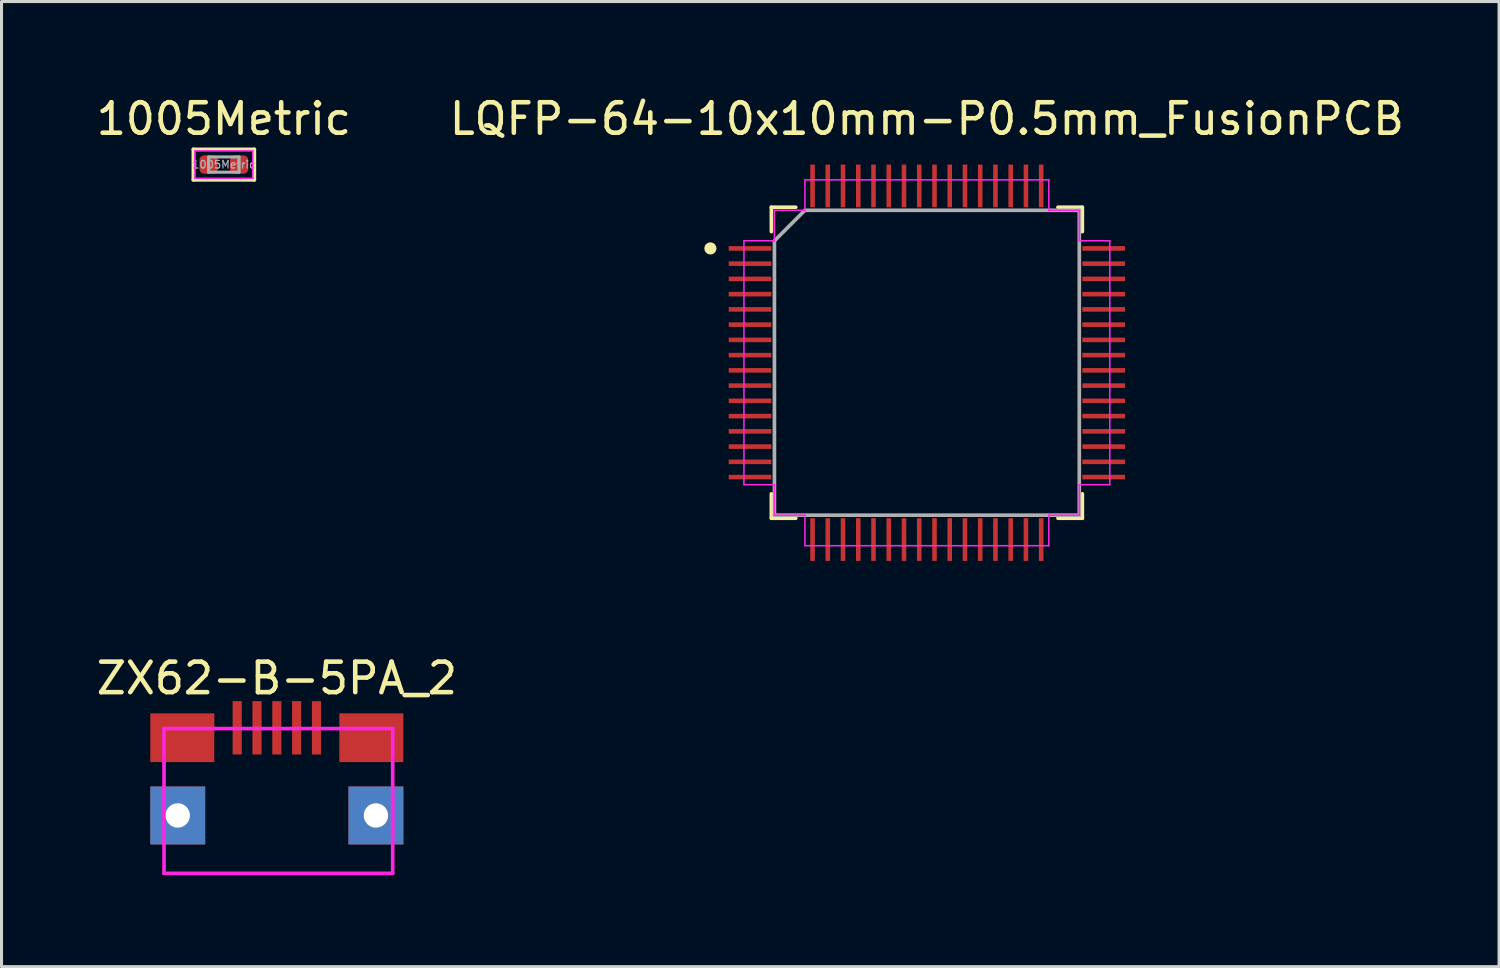
<source format=kicad_pcb>
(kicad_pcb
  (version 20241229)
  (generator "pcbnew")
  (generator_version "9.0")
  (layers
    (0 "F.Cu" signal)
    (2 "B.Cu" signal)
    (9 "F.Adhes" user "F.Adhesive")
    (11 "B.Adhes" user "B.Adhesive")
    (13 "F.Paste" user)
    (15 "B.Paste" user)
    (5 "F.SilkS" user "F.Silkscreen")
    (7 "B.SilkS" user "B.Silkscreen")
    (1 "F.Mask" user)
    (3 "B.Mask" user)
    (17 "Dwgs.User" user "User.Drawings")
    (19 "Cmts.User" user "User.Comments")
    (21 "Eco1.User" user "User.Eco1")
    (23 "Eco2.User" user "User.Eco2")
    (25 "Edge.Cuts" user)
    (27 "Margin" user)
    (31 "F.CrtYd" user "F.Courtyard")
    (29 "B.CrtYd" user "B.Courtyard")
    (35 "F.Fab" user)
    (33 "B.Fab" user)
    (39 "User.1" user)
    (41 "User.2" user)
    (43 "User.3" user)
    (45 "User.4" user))
  (footprint "ZX62-B-5PA_2"
    (layer "F.Cu")
    (at 6.03 23.697)
    (property "Reference" "ZX62-B-5PA_2" (at 0 -4.5 0) (layer "F.SilkS") (effects (font (size 1 1) (thickness 0.15))))
    (attr through_hole)
    (fp_line (start -3.7 -2.85) (end 3.8 -2.85) (stroke (width 0.12) (type solid)) (layer "F.CrtYd"))
    (fp_line (start -3.7 1.9) (end -3.7 -2.85) (stroke (width 0.12) (type solid)) (layer "F.CrtYd"))
    (fp_line (start 3.8 -2.85) (end 3.8 1.9) (stroke (width 0.12) (type solid)) (layer "F.CrtYd"))
    (fp_line (start 3.8 1.9) (end -3.7 1.9) (stroke (width 0.12) (type solid)) (layer "F.CrtYd"))
    (pad "1" smd rect (at -1.3 -2.875) (size 0.3 1.75) (layers "F.Cu" "F.Mask" "F.Paste"))
    (pad "2" smd rect (at -0.65 -2.875) (size 0.3 1.75) (layers "F.Cu" "F.Mask" "F.Paste"))
    (pad "3" smd rect (at 0 -2.875) (size 0.3 1.75) (layers "F.Cu" "F.Mask" "F.Paste"))
    (pad "4" smd rect (at 0.65 -2.875) (size 0.3 1.75) (layers "F.Cu" "F.Mask" "F.Paste"))
    (pad "5" smd rect (at 1.3 -2.875) (size 0.3 1.75) (layers "F.Cu" "F.Mask" "F.Paste"))
    (pad "6" thru_hole rect (at -3.25 0) (size 1.8 1.9) (drill 0.8) (layers "*.Cu" "*.Mask"))
    (pad "6" smd rect (at -3.1 -2.55) (size 2.1 1.6) (layers "F.Cu" "F.Mask" "F.Paste"))
    (pad "6" smd rect (at 3.1 -2.55) (size 2.1 1.6) (layers "F.Cu" "F.Mask" "F.Paste"))
    (pad "6" thru_hole rect (at 3.25 0) (size 1.8 1.9) (drill 0.8) (layers "*.Cu" "*.Mask")))
  (footprint "LQFP-64-10x10mm-P0.5mm_FusionPCB"
    (layer "F.Cu")
    (at 27.351 8.848)
    (property "Reference" "LQFP-64-10x10mm-P0.5mm_FusionPCB" (at 0 -8 0) (layer "F.SilkS") (effects (font (size 1 1) (thickness 0.15))))
    (attr through_hole)
    (fp_line (start -5.1 -5.1) (end -5.1 -4.3) (stroke (width 0.12) (type solid)) (layer "F.SilkS"))
    (fp_line (start -5.1 4.3) (end -5.1 5.1) (stroke (width 0.12) (type solid)) (layer "F.SilkS"))
    (fp_line (start -5.1 5.1) (end -4.3 5.1) (stroke (width 0.12) (type solid)) (layer "F.SilkS"))
    (fp_line (start -4.3 -5.1) (end -5.1 -5.1) (stroke (width 0.12) (type solid)) (layer "F.SilkS"))
    (fp_line (start 4.3 5.1) (end 5.1 5.1) (stroke (width 0.12) (type solid)) (layer "F.SilkS"))
    (fp_line (start 5.1 -5.1) (end 4.3 -5.1) (stroke (width 0.12) (type solid)) (layer "F.SilkS"))
    (fp_line (start 5.1 -4.3) (end 5.1 -5.1) (stroke (width 0.12) (type solid)) (layer "F.SilkS"))
    (fp_line (start 5.1 5.1) (end 5.1 4.3) (stroke (width 0.12) (type solid)) (layer "F.SilkS"))
    (fp_circle (center -7.1 -3.75) (end -7 -3.75) (stroke (width 0.2) (type solid)) (fill no) (layer "F.SilkS"))
    (fp_line (start -6 -4) (end -6 4) (stroke (width 0.05) (type solid)) (layer "F.CrtYd"))
    (fp_line (start -6 4) (end -5 4) (stroke (width 0.05) (type solid)) (layer "F.CrtYd"))
    (fp_line (start -5 -5) (end -5 -4) (stroke (width 0.05) (type solid)) (layer "F.CrtYd"))
    (fp_line (start -5 -4) (end -6 -4) (stroke (width 0.05) (type solid)) (layer "F.CrtYd"))
    (fp_line (start -5 4) (end -5 5) (stroke (width 0.05) (type solid)) (layer "F.CrtYd"))
    (fp_line (start -5 5) (end -4 5) (stroke (width 0.05) (type solid)) (layer "F.CrtYd"))
    (fp_line (start -4 -6) (end -4 -5) (stroke (width 0.05) (type solid)) (layer "F.CrtYd"))
    (fp_line (start -4 -5) (end -5 -5) (stroke (width 0.05) (type solid)) (layer "F.CrtYd"))
    (fp_line (start -4 5) (end -4 6) (stroke (width 0.05) (type solid)) (layer "F.CrtYd"))
    (fp_line (start -4 6) (end 4 6) (stroke (width 0.05) (type solid)) (layer "F.CrtYd"))
    (fp_line (start 4 -6) (end -4 -6) (stroke (width 0.05) (type solid)) (layer "F.CrtYd"))
    (fp_line (start 4 -5) (end 4 -6) (stroke (width 0.05) (type solid)) (layer "F.CrtYd"))
    (fp_line (start 4 5) (end 5 5) (stroke (width 0.05) (type solid)) (layer "F.CrtYd"))
    (fp_line (start 4 6) (end 4 5) (stroke (width 0.05) (type solid)) (layer "F.CrtYd"))
    (fp_line (start 5 -5) (end 4 -5) (stroke (width 0.05) (type solid)) (layer "F.CrtYd"))
    (fp_line (start 5 -4) (end 5 -5) (stroke (width 0.05) (type solid)) (layer "F.CrtYd"))
    (fp_line (start 5 4) (end 6 4) (stroke (width 0.05) (type solid)) (layer "F.CrtYd"))
    (fp_line (start 5 5) (end 5 4) (stroke (width 0.05) (type solid)) (layer "F.CrtYd"))
    (fp_line (start 6 -4) (end 5 -4) (stroke (width 0.05) (type solid)) (layer "F.CrtYd"))
    (fp_line (start 6 4) (end 6 -4) (stroke (width 0.05) (type solid)) (layer "F.CrtYd"))
    (fp_line (start -5 -4) (end -5 5) (stroke (width 0.12) (type solid)) (layer "F.Fab"))
    (fp_line (start -5 5) (end 5 5) (stroke (width 0.12) (type solid)) (layer "F.Fab"))
    (fp_line (start -4 -5) (end -5 -4) (stroke (width 0.12) (type solid)) (layer "F.Fab"))
    (fp_line (start 5 -5) (end -4 -5) (stroke (width 0.12) (type solid)) (layer "F.Fab"))
    (fp_line (start 5 5) (end 5 -5) (stroke (width 0.12) (type solid)) (layer "F.Fab"))
    (pad "1" smd rect (at -5.8 -3.75) (size 1.4 0.15) (layers "F.Cu" "F.Mask" "F.Paste"))
    (pad "2" smd rect (at -5.8 -3.25) (size 1.4 0.15) (layers "F.Cu" "F.Mask" "F.Paste"))
    (pad "3" smd rect (at -5.8 -2.75) (size 1.4 0.15) (layers "F.Cu" "F.Mask" "F.Paste"))
    (pad "4" smd rect (at -5.8 -2.25) (size 1.4 0.15) (layers "F.Cu" "F.Mask" "F.Paste"))
    (pad "5" smd rect (at -5.8 -1.75) (size 1.4 0.15) (layers "F.Cu" "F.Mask" "F.Paste"))
    (pad "6" smd rect (at -5.8 -1.25) (size 1.4 0.15) (layers "F.Cu" "F.Mask" "F.Paste"))
    (pad "7" smd rect (at -5.8 -0.75) (size 1.4 0.15) (layers "F.Cu" "F.Mask" "F.Paste"))
    (pad "8" smd rect (at -5.8 -0.25) (size 1.4 0.15) (layers "F.Cu" "F.Mask" "F.Paste"))
    (pad "9" smd rect (at -5.8 0.25) (size 1.4 0.15) (layers "F.Cu" "F.Mask" "F.Paste"))
    (pad "10" smd rect (at -5.8 0.75) (size 1.4 0.15) (layers "F.Cu" "F.Mask" "F.Paste"))
    (pad "11" smd rect (at -5.8 1.25) (size 1.4 0.15) (layers "F.Cu" "F.Mask" "F.Paste"))
    (pad "12" smd rect (at -5.8 1.75) (size 1.4 0.15) (layers "F.Cu" "F.Mask" "F.Paste"))
    (pad "13" smd rect (at -5.8 2.25) (size 1.4 0.15) (layers "F.Cu" "F.Mask" "F.Paste"))
    (pad "14" smd rect (at -5.8 2.75) (size 1.4 0.15) (layers "F.Cu" "F.Mask" "F.Paste"))
    (pad "15" smd rect (at -5.8 3.25) (size 1.4 0.15) (layers "F.Cu" "F.Mask" "F.Paste"))
    (pad "16" smd rect (at -5.8 3.75) (size 1.4 0.15) (layers "F.Cu" "F.Mask" "F.Paste"))
    (pad "17" smd rect (at -3.75 5.8) (size 0.15 1.4) (layers "F.Cu" "F.Mask" "F.Paste"))
    (pad "18" smd rect (at -3.25 5.8) (size 0.15 1.4) (layers "F.Cu" "F.Mask" "F.Paste"))
    (pad "19" smd rect (at -2.75 5.8) (size 0.15 1.4) (layers "F.Cu" "F.Mask" "F.Paste"))
    (pad "20" smd rect (at -2.25 5.8) (size 0.15 1.4) (layers "F.Cu" "F.Mask" "F.Paste"))
    (pad "21" smd rect (at -1.75 5.8) (size 0.15 1.4) (layers "F.Cu" "F.Mask" "F.Paste"))
    (pad "22" smd rect (at -1.25 5.8) (size 0.15 1.4) (layers "F.Cu" "F.Mask" "F.Paste"))
    (pad "23" smd rect (at -0.75 5.8) (size 0.15 1.4) (layers "F.Cu" "F.Mask" "F.Paste"))
    (pad "24" smd rect (at -0.25 5.8) (size 0.15 1.4) (layers "F.Cu" "F.Mask" "F.Paste"))
    (pad "25" smd rect (at 0.25 5.8) (size 0.15 1.4) (layers "F.Cu" "F.Mask" "F.Paste"))
    (pad "26" smd rect (at 0.75 5.8) (size 0.15 1.4) (layers "F.Cu" "F.Mask" "F.Paste"))
    (pad "27" smd rect (at 1.25 5.8) (size 0.15 1.4) (layers "F.Cu" "F.Mask" "F.Paste"))
    (pad "28" smd rect (at 1.75 5.8) (size 0.15 1.4) (layers "F.Cu" "F.Mask" "F.Paste"))
    (pad "29" smd rect (at 2.25 5.8) (size 0.15 1.4) (layers "F.Cu" "F.Mask" "F.Paste"))
    (pad "30" smd rect (at 2.75 5.8) (size 0.15 1.4) (layers "F.Cu" "F.Mask" "F.Paste"))
    (pad "31" smd rect (at 3.25 5.8) (size 0.15 1.4) (layers "F.Cu" "F.Mask" "F.Paste"))
    (pad "32" smd rect (at 3.75 5.8) (size 0.15 1.4) (layers "F.Cu" "F.Mask" "F.Paste"))
    (pad "33" smd rect (at 5.8 3.75) (size 1.4 0.15) (layers "F.Cu" "F.Mask" "F.Paste"))
    (pad "34" smd rect (at 5.8 3.25) (size 1.4 0.15) (layers "F.Cu" "F.Mask" "F.Paste"))
    (pad "35" smd rect (at 5.8 2.75) (size 1.4 0.15) (layers "F.Cu" "F.Mask" "F.Paste"))
    (pad "36" smd rect (at 5.8 2.25) (size 1.4 0.15) (layers "F.Cu" "F.Mask" "F.Paste"))
    (pad "37" smd rect (at 5.8 1.75) (size 1.4 0.15) (layers "F.Cu" "F.Mask" "F.Paste"))
    (pad "38" smd rect (at 5.8 1.25) (size 1.4 0.15) (layers "F.Cu" "F.Mask" "F.Paste"))
    (pad "39" smd rect (at 5.8 0.75) (size 1.4 0.15) (layers "F.Cu" "F.Mask" "F.Paste"))
    (pad "40" smd rect (at 5.8 0.25) (size 1.4 0.15) (layers "F.Cu" "F.Mask" "F.Paste"))
    (pad "41" smd rect (at 5.8 -0.25) (size 1.4 0.15) (layers "F.Cu" "F.Mask" "F.Paste"))
    (pad "42" smd rect (at 5.8 -0.75) (size 1.4 0.15) (layers "F.Cu" "F.Mask" "F.Paste"))
    (pad "43" smd rect (at 5.8 -1.25) (size 1.4 0.15) (layers "F.Cu" "F.Mask" "F.Paste"))
    (pad "44" smd rect (at 5.8 -1.75) (size 1.4 0.15) (layers "F.Cu" "F.Mask" "F.Paste"))
    (pad "45" smd rect (at 5.8 -2.25) (size 1.4 0.15) (layers "F.Cu" "F.Mask" "F.Paste"))
    (pad "46" smd rect (at 5.8 -2.75) (size 1.4 0.15) (layers "F.Cu" "F.Mask" "F.Paste"))
    (pad "47" smd rect (at 5.8 -3.25) (size 1.4 0.15) (layers "F.Cu" "F.Mask" "F.Paste"))
    (pad "48" smd rect (at 5.8 -3.75) (size 1.4 0.15) (layers "F.Cu" "F.Mask" "F.Paste"))
    (pad "49" smd rect (at 3.75 -5.8) (size 0.15 1.4) (layers "F.Cu" "F.Mask" "F.Paste"))
    (pad "50" smd rect (at 3.25 -5.8) (size 0.15 1.4) (layers "F.Cu" "F.Mask" "F.Paste"))
    (pad "51" smd rect (at 2.75 -5.8) (size 0.15 1.4) (layers "F.Cu" "F.Mask" "F.Paste"))
    (pad "52" smd rect (at 2.25 -5.8) (size 0.15 1.4) (layers "F.Cu" "F.Mask" "F.Paste"))
    (pad "53" smd rect (at 1.75 -5.8) (size 0.15 1.4) (layers "F.Cu" "F.Mask" "F.Paste"))
    (pad "54" smd rect (at 1.25 -5.8) (size 0.15 1.4) (layers "F.Cu" "F.Mask" "F.Paste"))
    (pad "55" smd rect (at 0.75 -5.8) (size 0.15 1.4) (layers "F.Cu" "F.Mask" "F.Paste"))
    (pad "56" smd rect (at 0.25 -5.8) (size 0.15 1.4) (layers "F.Cu" "F.Mask" "F.Paste"))
    (pad "57" smd rect (at -0.25 -5.8) (size 0.15 1.4) (layers "F.Cu" "F.Mask" "F.Paste"))
    (pad "58" smd rect (at -0.75 -5.8) (size 0.15 1.4) (layers "F.Cu" "F.Mask" "F.Paste"))
    (pad "59" smd rect (at -1.25 -5.8) (size 0.15 1.4) (layers "F.Cu" "F.Mask" "F.Paste"))
    (pad "60" smd rect (at -1.75 -5.8) (size 0.15 1.4) (layers "F.Cu" "F.Mask" "F.Paste"))
    (pad "61" smd rect (at -2.25 -5.8) (size 0.15 1.4) (layers "F.Cu" "F.Mask" "F.Paste"))
    (pad "62" smd rect (at -2.75 -5.8) (size 0.15 1.4) (layers "F.Cu" "F.Mask" "F.Paste"))
    (pad "63" smd rect (at -3.25 -5.8) (size 0.15 1.4) (layers "F.Cu" "F.Mask" "F.Paste"))
    (pad "64" smd rect (at -3.75 -5.8) (size 0.15 1.4) (layers "F.Cu" "F.Mask" "F.Paste")))
  (footprint "1005Metric"
    (layer "F.Cu")
    (at 4.292 2.348)
    (property "Reference" "1005Metric" (at 0 -1.5 0) (layer "F.SilkS") (effects (font (size 1 1) (thickness 0.15))))
    (attr smd)
    (fp_line (start -1 -0.5) (end 1 -0.5) (stroke (width 0.12) (type solid)) (layer "F.SilkS"))
    (fp_line (start -1 0.5) (end -1 -0.5) (stroke (width 0.12) (type solid)) (layer "F.SilkS"))
    (fp_line (start -1 0.5) (end 1 0.5) (stroke (width 0.12) (type solid)) (layer "F.SilkS"))
    (fp_line (start 1 0.5) (end 1 -0.5) (stroke (width 0.12) (type solid)) (layer "F.SilkS"))
    (fp_line (start -0.95 -0.45) (end 0.95 -0.45) (stroke (width 0.05) (type solid)) (layer "F.CrtYd"))
    (fp_line (start -0.95 0.45) (end -0.95 -0.45) (stroke (width 0.05) (type solid)) (layer "F.CrtYd"))
    (fp_line (start 0.95 -0.45) (end 0.95 0.45) (stroke (width 0.05) (type solid)) (layer "F.CrtYd"))
    (fp_line (start 0.95 0.45) (end -0.95 0.45) (stroke (width 0.05) (type solid)) (layer "F.CrtYd"))
    (fp_line (start -0.5 -0.25) (end 0.5 -0.25) (stroke (width 0.1) (type solid)) (layer "F.Fab"))
    (fp_line (start -0.5 0.25) (end -0.5 -0.25) (stroke (width 0.1) (type solid)) (layer "F.Fab"))
    (fp_line (start 0.5 -0.25) (end 0.5 0.25) (stroke (width 0.1) (type solid)) (layer "F.Fab"))
    (fp_line (start 0.5 0.25) (end -0.5 0.25) (stroke (width 0.1) (type solid)) (layer "F.Fab"))
    (fp_text user "${REFERENCE}" (at 0 0 0) (layer "F.Fab") (effects (font (size 0.25 0.25) (thickness 0.04))))
    (pad "1" smd roundrect (at -0.5 0) (size 0.6 0.6) (layers "F.Cu" "F.Mask" "F.Paste") (roundrect_rratio 0.25))
    (pad "2" smd roundrect (at 0.5 0) (size 0.6 0.6) (layers "F.Cu" "F.Mask" "F.Paste") (roundrect_rratio 0.25)))
  (gr_rect
    (start -3 -3)
    (end 46.119 28.657)
    (stroke (width 0.1) (type default))
    (fill no)
    (layer "Edge.Cuts")))
</source>
